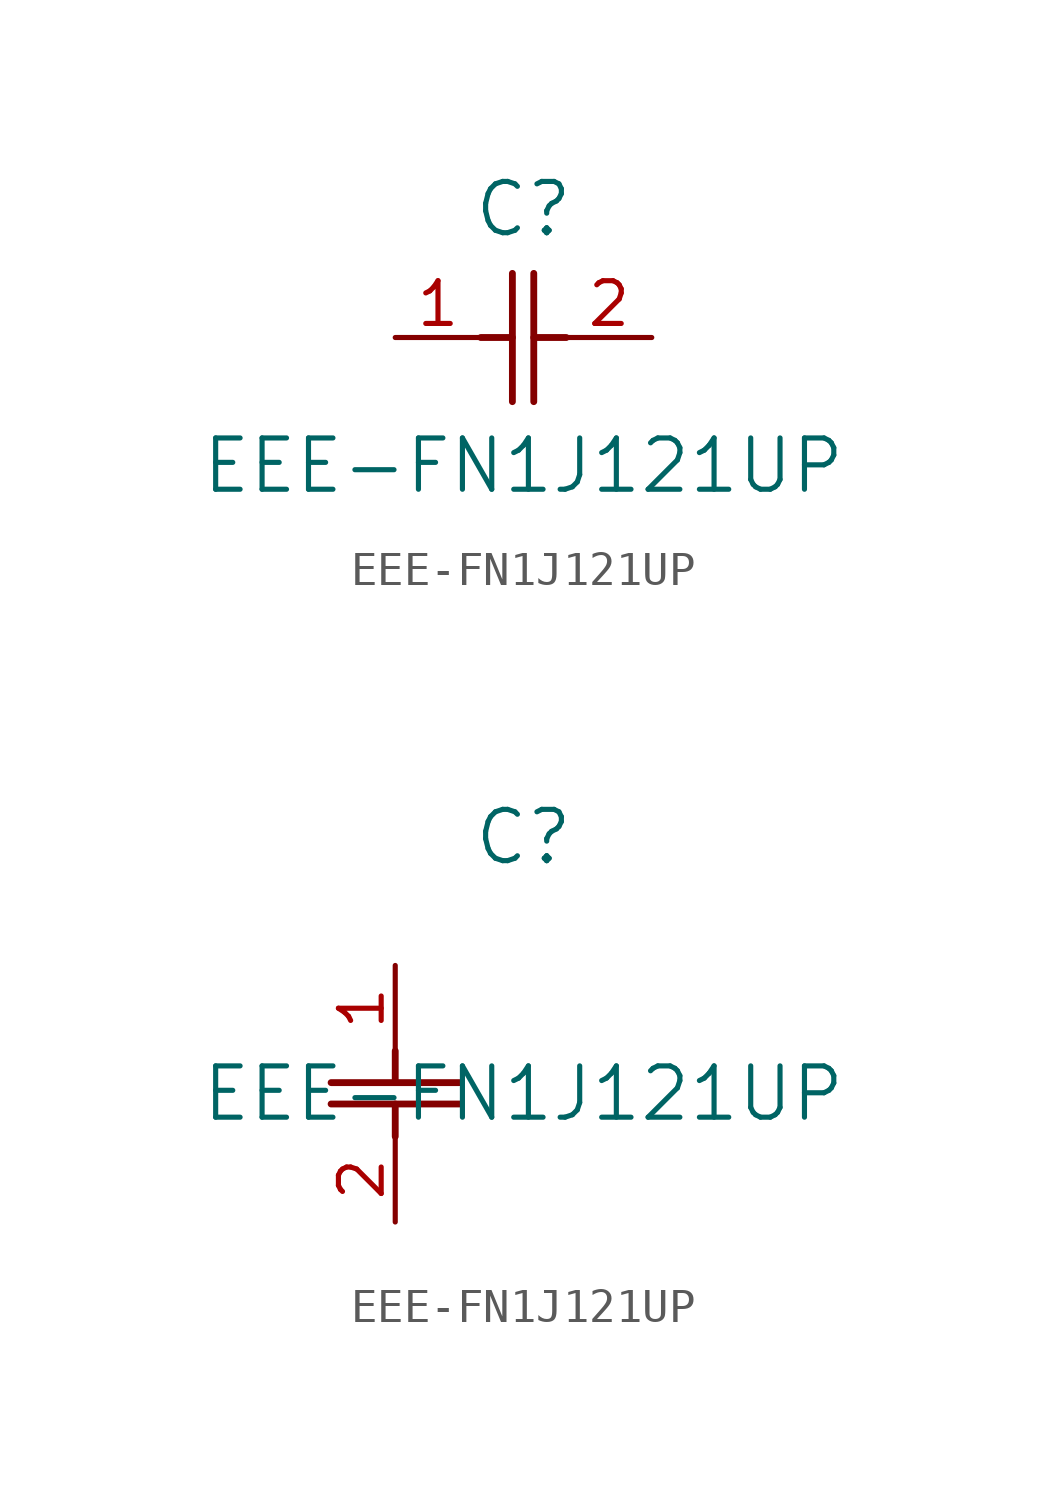
<source format=kicad_sym>
(kicad_symbol_lib
  (version 20211014)
  (generator kicad_symbol_editor)
  (symbol "EEE-FN1J121UP"
    (pin_names
      (offset 0.254))
    (property "Reference" "C"
      (at 3.81 3.81 0)
      (effects (font (size 1.524 1.524))))
    (property "Value" "EEE-FN1J121UP"
      (at 3.81 -3.81 0)
      (effects (font (size 1.524 1.524))))
    (symbol "EEE-FN1J121UP_1_1"
      (polyline (pts (xy 3.48 -1.905) (xy 3.48 1.905)) (stroke (width 0.203) (type default) (color 0 0 0 0)) (fill (type none)))
      (polyline (pts (xy 4.115 -1.905) (xy 4.115 1.905)) (stroke (width 0.203) (type default) (color 0 0 0 0)) (fill (type none)))
      (polyline (pts (xy 4.115 0) (xy 5.08 0)) (stroke (width 0.203) (type default) (color 0 0 0 0)) (fill (type none)))
      (polyline (pts (xy 2.54 0) (xy 3.48 0)) (stroke (width 0.203) (type default) (color 0 0 0 0)) (fill (type none)))
      (pin unspecified line (at 0 0 0) (length 2.54) (name "" (effects (font (size 1.27 1.27)))) (number "1" (effects (font (size 1.27 1.27)))))
      (pin unspecified line (at 7.62 0 180) (length 2.54) (name "" (effects (font (size 1.27 1.27)))) (number "2" (effects (font (size 1.27 1.27))))))
    (symbol "EEE-FN1J121UP_1_2"
      (polyline (pts (xy -1.905 -3.48) (xy 1.905 -3.48)) (stroke (width 0.203) (type default) (color 0 0 0 0)) (fill (type none)))
      (polyline (pts (xy -1.905 -4.115) (xy 1.905 -4.115)) (stroke (width 0.203) (type default) (color 0 0 0 0)) (fill (type none)))
      (polyline (pts (xy 0 -4.115) (xy 0 -5.08)) (stroke (width 0.203) (type default) (color 0 0 0 0)) (fill (type none)))
      (polyline (pts (xy 0 -2.54) (xy 0 -3.48)) (stroke (width 0.203) (type default) (color 0 0 0 0)) (fill (type none)))
      (pin unspecified line (at 0 0 270) (length 2.54) (name "" (effects (font (size 1.27 1.27)))) (number "1" (effects (font (size 1.27 1.27)))))
      (pin unspecified line (at 0 -7.62 90) (length 2.54) (name "" (effects (font (size 1.27 1.27)))) (number "2" (effects (font (size 1.27 1.27))))))))
</source>
